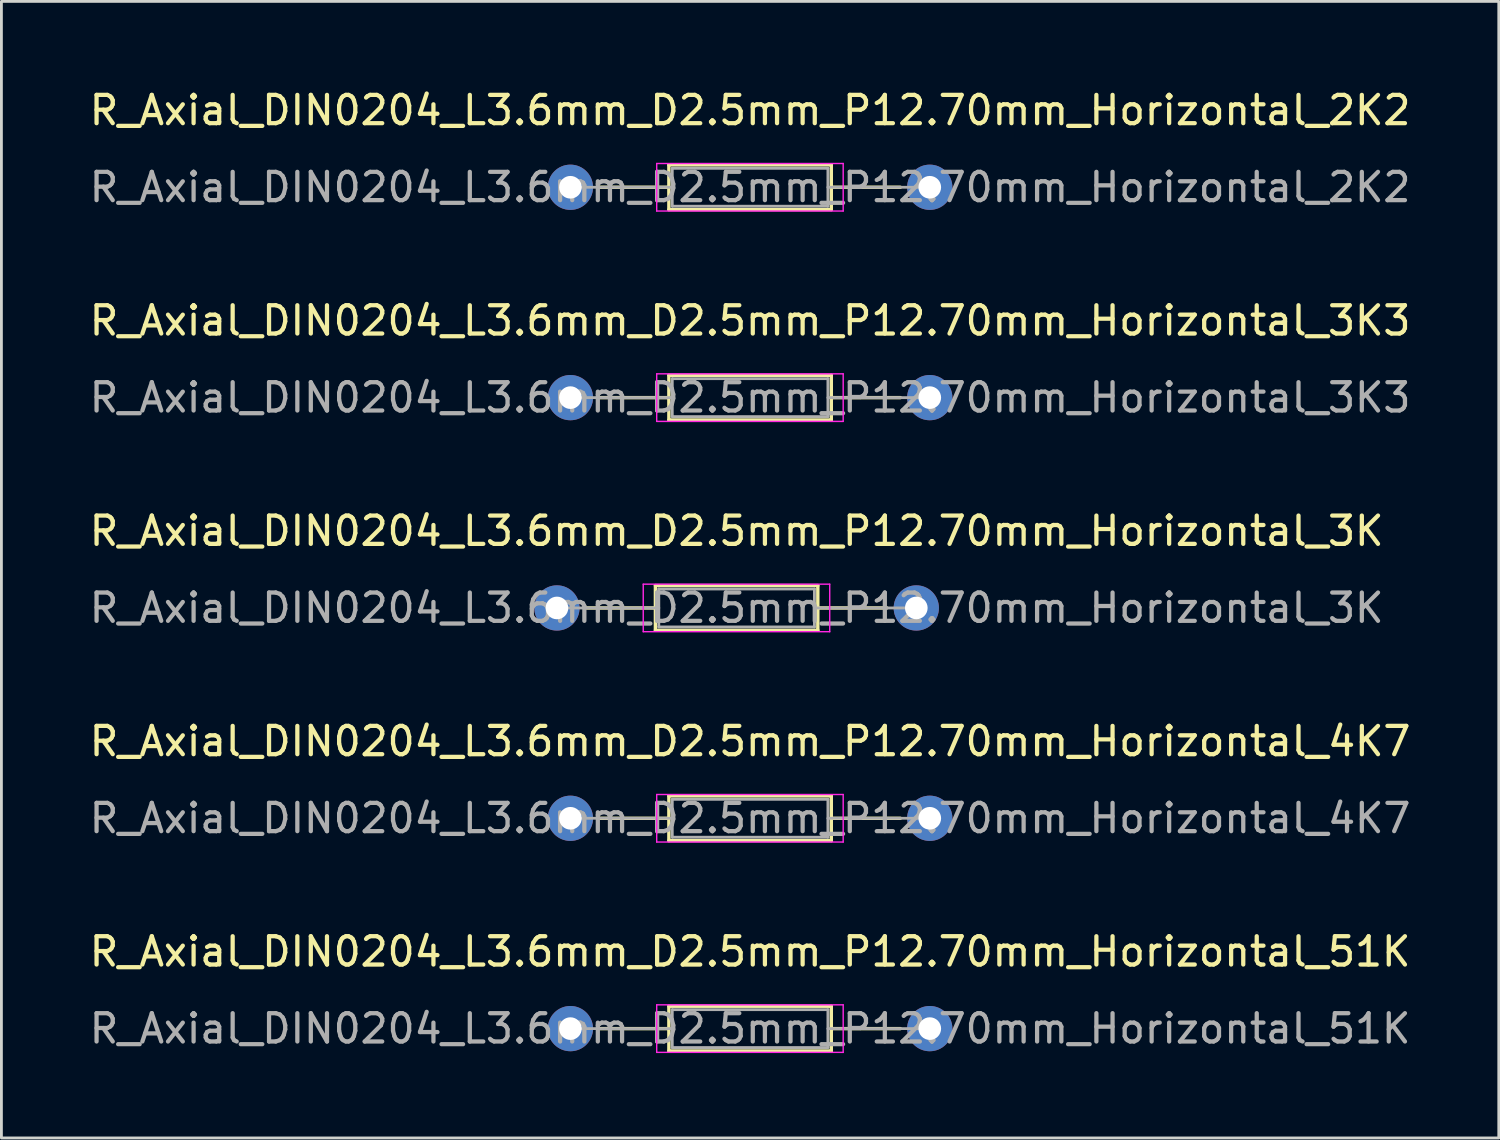
<source format=kicad_pcb>
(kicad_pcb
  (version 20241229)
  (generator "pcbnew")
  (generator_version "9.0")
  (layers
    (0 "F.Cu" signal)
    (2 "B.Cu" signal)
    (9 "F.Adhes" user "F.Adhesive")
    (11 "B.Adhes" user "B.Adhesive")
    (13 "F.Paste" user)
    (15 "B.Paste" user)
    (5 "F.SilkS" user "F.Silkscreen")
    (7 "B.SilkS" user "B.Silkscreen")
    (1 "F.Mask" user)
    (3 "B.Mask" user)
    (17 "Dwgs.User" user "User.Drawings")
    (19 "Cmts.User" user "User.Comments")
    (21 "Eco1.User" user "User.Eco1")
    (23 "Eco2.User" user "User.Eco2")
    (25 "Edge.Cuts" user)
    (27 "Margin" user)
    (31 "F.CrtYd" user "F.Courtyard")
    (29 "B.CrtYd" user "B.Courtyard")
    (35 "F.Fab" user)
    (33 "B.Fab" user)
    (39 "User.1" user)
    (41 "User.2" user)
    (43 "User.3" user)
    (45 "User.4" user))
  (footprint "R_Axial_DIN0204_L3.6mm_D2.5mm_P12.70mm_Horizontal_51K"
    (layer "F.Cu")
    (at 17.108 33.301)
    (property "Reference" "R_Axial_DIN0204_L3.6mm_D2.5mm_P12.70mm_Horizontal_51K" (at 6.35 -2.72 0) (layer "F.SilkS") (effects (font (size 1 1) (thickness 0.15))))
    (attr through_hole)
    (fp_line (start 1.04 0) (end 3.48 0) (stroke (width 0.12) (type solid)) (layer "F.SilkS"))
    (fp_line (start 3.48 -0.79) (end 3.48 0.79) (stroke (width 0.12) (type solid)) (layer "F.SilkS"))
    (fp_line (start 3.48 0.79) (end 9.22 0.79) (stroke (width 0.12) (type solid)) (layer "F.SilkS"))
    (fp_line (start 9.22 -0.79) (end 3.48 -0.79) (stroke (width 0.12) (type solid)) (layer "F.SilkS"))
    (fp_line (start 9.22 0.79) (end 9.22 -0.79) (stroke (width 0.12) (type solid)) (layer "F.SilkS"))
    (fp_line (start 11.66 0) (end 9.22 0) (stroke (width 0.12) (type solid)) (layer "F.SilkS"))
    (fp_line (start 3.05 -0.84) (end 3.05 0.84) (stroke (width 0.05) (type solid)) (layer "F.CrtYd"))
    (fp_line (start 3.05 0.84) (end 9.64 0.84) (stroke (width 0.05) (type solid)) (layer "F.CrtYd"))
    (fp_line (start 9.64 -0.84) (end 3.05 -0.84) (stroke (width 0.05) (type solid)) (layer "F.CrtYd"))
    (fp_line (start 9.64 0.84) (end 9.64 -0.84) (stroke (width 0.05) (type solid)) (layer "F.CrtYd"))
    (fp_line (start 0 0) (end 3.6 0) (stroke (width 0.1) (type solid)) (layer "F.Fab"))
    (fp_line (start 3.6 -0.67) (end 3.6 0.67) (stroke (width 0.1) (type solid)) (layer "F.Fab"))
    (fp_line (start 3.6 0.67) (end 9.1 0.67) (stroke (width 0.1) (type solid)) (layer "F.Fab"))
    (fp_line (start 9.1 -0.67) (end 3.6 -0.67) (stroke (width 0.1) (type solid)) (layer "F.Fab"))
    (fp_line (start 9.1 0.67) (end 9.1 -0.67) (stroke (width 0.1) (type solid)) (layer "F.Fab"))
    (fp_line (start 12.7 0) (end 9.1 0) (stroke (width 0.1) (type solid)) (layer "F.Fab"))
    (fp_text user "${REFERENCE}" (at 6.35 0 0) (layer "F.Fab") (effects (font (size 1 1) (thickness 0.15))))
    (pad "1" thru_hole oval (at 0 0) (size 1.6 1.6) (drill 0.8) (layers "*.Cu" "*.Mask"))
    (pad "2" thru_hole oval (at 12.7 0) (size 1.6 1.6) (drill 0.8) (layers "*.Cu" "*.Mask")))
  (footprint "R_Axial_DIN0204_L3.6mm_D2.5mm_P12.70mm_Horizontal_3K3"
    (layer "F.Cu")
    (at 17.108 11.002)
    (property "Reference" "R_Axial_DIN0204_L3.6mm_D2.5mm_P12.70mm_Horizontal_3K3" (at 6.35 -2.72 0) (layer "F.SilkS") (effects (font (size 1 1) (thickness 0.15))))
    (attr through_hole)
    (fp_line (start 1.04 0) (end 3.48 0) (stroke (width 0.12) (type solid)) (layer "F.SilkS"))
    (fp_line (start 3.48 -0.79) (end 3.48 0.79) (stroke (width 0.12) (type solid)) (layer "F.SilkS"))
    (fp_line (start 3.48 0.79) (end 9.22 0.79) (stroke (width 0.12) (type solid)) (layer "F.SilkS"))
    (fp_line (start 9.22 -0.79) (end 3.48 -0.79) (stroke (width 0.12) (type solid)) (layer "F.SilkS"))
    (fp_line (start 9.22 0.79) (end 9.22 -0.79) (stroke (width 0.12) (type solid)) (layer "F.SilkS"))
    (fp_line (start 11.66 0) (end 9.22 0) (stroke (width 0.12) (type solid)) (layer "F.SilkS"))
    (fp_line (start 3.05 -0.84) (end 3.05 0.84) (stroke (width 0.05) (type solid)) (layer "F.CrtYd"))
    (fp_line (start 3.05 0.84) (end 9.64 0.84) (stroke (width 0.05) (type solid)) (layer "F.CrtYd"))
    (fp_line (start 9.64 -0.84) (end 3.05 -0.84) (stroke (width 0.05) (type solid)) (layer "F.CrtYd"))
    (fp_line (start 9.64 0.84) (end 9.64 -0.84) (stroke (width 0.05) (type solid)) (layer "F.CrtYd"))
    (fp_line (start 0 0) (end 3.6 0) (stroke (width 0.1) (type solid)) (layer "F.Fab"))
    (fp_line (start 3.6 -0.67) (end 3.6 0.67) (stroke (width 0.1) (type solid)) (layer "F.Fab"))
    (fp_line (start 3.6 0.67) (end 9.1 0.67) (stroke (width 0.1) (type solid)) (layer "F.Fab"))
    (fp_line (start 9.1 -0.67) (end 3.6 -0.67) (stroke (width 0.1) (type solid)) (layer "F.Fab"))
    (fp_line (start 9.1 0.67) (end 9.1 -0.67) (stroke (width 0.1) (type solid)) (layer "F.Fab"))
    (fp_line (start 12.7 0) (end 9.1 0) (stroke (width 0.1) (type solid)) (layer "F.Fab"))
    (fp_text user "${REFERENCE}" (at 6.35 0 0) (layer "F.Fab") (effects (font (size 1 1) (thickness 0.15))))
    (pad "1" thru_hole oval (at 0 0) (size 1.6 1.6) (drill 0.8) (layers "*.Cu" "*.Mask"))
    (pad "2" thru_hole oval (at 12.7 0) (size 1.6 1.6) (drill 0.8) (layers "*.Cu" "*.Mask")))
  (footprint "R_Axial_DIN0204_L3.6mm_D2.5mm_P12.70mm_Horizontal_4K7"
    (layer "F.Cu")
    (at 17.108 25.868)
    (property "Reference" "R_Axial_DIN0204_L3.6mm_D2.5mm_P12.70mm_Horizontal_4K7" (at 6.35 -2.72 0) (layer "F.SilkS") (effects (font (size 1 1) (thickness 0.15))))
    (attr through_hole)
    (fp_line (start 1.04 0) (end 3.48 0) (stroke (width 0.12) (type solid)) (layer "F.SilkS"))
    (fp_line (start 3.48 -0.79) (end 3.48 0.79) (stroke (width 0.12) (type solid)) (layer "F.SilkS"))
    (fp_line (start 3.48 0.79) (end 9.22 0.79) (stroke (width 0.12) (type solid)) (layer "F.SilkS"))
    (fp_line (start 9.22 -0.79) (end 3.48 -0.79) (stroke (width 0.12) (type solid)) (layer "F.SilkS"))
    (fp_line (start 9.22 0.79) (end 9.22 -0.79) (stroke (width 0.12) (type solid)) (layer "F.SilkS"))
    (fp_line (start 11.66 0) (end 9.22 0) (stroke (width 0.12) (type solid)) (layer "F.SilkS"))
    (fp_line (start 3.05 -0.84) (end 3.05 0.84) (stroke (width 0.05) (type solid)) (layer "F.CrtYd"))
    (fp_line (start 3.05 0.84) (end 9.64 0.84) (stroke (width 0.05) (type solid)) (layer "F.CrtYd"))
    (fp_line (start 9.64 -0.84) (end 3.05 -0.84) (stroke (width 0.05) (type solid)) (layer "F.CrtYd"))
    (fp_line (start 9.64 0.84) (end 9.64 -0.84) (stroke (width 0.05) (type solid)) (layer "F.CrtYd"))
    (fp_line (start 0 0) (end 3.6 0) (stroke (width 0.1) (type solid)) (layer "F.Fab"))
    (fp_line (start 3.6 -0.67) (end 3.6 0.67) (stroke (width 0.1) (type solid)) (layer "F.Fab"))
    (fp_line (start 3.6 0.67) (end 9.1 0.67) (stroke (width 0.1) (type solid)) (layer "F.Fab"))
    (fp_line (start 9.1 -0.67) (end 3.6 -0.67) (stroke (width 0.1) (type solid)) (layer "F.Fab"))
    (fp_line (start 9.1 0.67) (end 9.1 -0.67) (stroke (width 0.1) (type solid)) (layer "F.Fab"))
    (fp_line (start 12.7 0) (end 9.1 0) (stroke (width 0.1) (type solid)) (layer "F.Fab"))
    (fp_text user "${REFERENCE}" (at 6.35 0 0) (layer "F.Fab") (effects (font (size 1 1) (thickness 0.15))))
    (pad "1" thru_hole oval (at 0 0) (size 1.6 1.6) (drill 0.8) (layers "*.Cu" "*.Mask"))
    (pad "2" thru_hole oval (at 12.7 0) (size 1.6 1.6) (drill 0.8) (layers "*.Cu" "*.Mask")))
  (footprint "R_Axial_DIN0204_L3.6mm_D2.5mm_P12.70mm_Horizontal_2K2"
    (layer "F.Cu")
    (at 17.108 3.568)
    (property "Reference" "R_Axial_DIN0204_L3.6mm_D2.5mm_P12.70mm_Horizontal_2K2" (at 6.35 -2.72 0) (layer "F.SilkS") (effects (font (size 1 1) (thickness 0.15))))
    (attr through_hole)
    (fp_line (start 1.04 0) (end 3.48 0) (stroke (width 0.12) (type solid)) (layer "F.SilkS"))
    (fp_line (start 3.48 -0.79) (end 3.48 0.79) (stroke (width 0.12) (type solid)) (layer "F.SilkS"))
    (fp_line (start 3.48 0.79) (end 9.22 0.79) (stroke (width 0.12) (type solid)) (layer "F.SilkS"))
    (fp_line (start 9.22 -0.79) (end 3.48 -0.79) (stroke (width 0.12) (type solid)) (layer "F.SilkS"))
    (fp_line (start 9.22 0.79) (end 9.22 -0.79) (stroke (width 0.12) (type solid)) (layer "F.SilkS"))
    (fp_line (start 11.66 0) (end 9.22 0) (stroke (width 0.12) (type solid)) (layer "F.SilkS"))
    (fp_line (start 3.05 -0.84) (end 3.05 0.84) (stroke (width 0.05) (type solid)) (layer "F.CrtYd"))
    (fp_line (start 3.05 0.84) (end 9.64 0.84) (stroke (width 0.05) (type solid)) (layer "F.CrtYd"))
    (fp_line (start 9.64 -0.84) (end 3.05 -0.84) (stroke (width 0.05) (type solid)) (layer "F.CrtYd"))
    (fp_line (start 9.64 0.84) (end 9.64 -0.84) (stroke (width 0.05) (type solid)) (layer "F.CrtYd"))
    (fp_line (start 0 0) (end 3.6 0) (stroke (width 0.1) (type solid)) (layer "F.Fab"))
    (fp_line (start 3.6 -0.67) (end 3.6 0.67) (stroke (width 0.1) (type solid)) (layer "F.Fab"))
    (fp_line (start 3.6 0.67) (end 9.1 0.67) (stroke (width 0.1) (type solid)) (layer "F.Fab"))
    (fp_line (start 9.1 -0.67) (end 3.6 -0.67) (stroke (width 0.1) (type solid)) (layer "F.Fab"))
    (fp_line (start 9.1 0.67) (end 9.1 -0.67) (stroke (width 0.1) (type solid)) (layer "F.Fab"))
    (fp_line (start 12.7 0) (end 9.1 0) (stroke (width 0.1) (type solid)) (layer "F.Fab"))
    (fp_text user "${REFERENCE}" (at 6.35 0 0) (layer "F.Fab") (effects (font (size 1 1) (thickness 0.15))))
    (pad "1" thru_hole oval (at 0 0) (size 1.6 1.6) (drill 0.8) (layers "*.Cu" "*.Mask"))
    (pad "2" thru_hole oval (at 12.7 0) (size 1.6 1.6) (drill 0.8) (layers "*.Cu" "*.Mask")))
  (footprint "R_Axial_DIN0204_L3.6mm_D2.5mm_P12.70mm_Horizontal_3K"
    (layer "F.Cu")
    (at 16.632 18.435)
    (property "Reference" "R_Axial_DIN0204_L3.6mm_D2.5mm_P12.70mm_Horizontal_3K" (at 6.35 -2.72 0) (layer "F.SilkS") (effects (font (size 1 1) (thickness 0.15))))
    (attr through_hole)
    (fp_line (start 1.04 0) (end 3.48 0) (stroke (width 0.12) (type solid)) (layer "F.SilkS"))
    (fp_line (start 3.48 -0.79) (end 3.48 0.79) (stroke (width 0.12) (type solid)) (layer "F.SilkS"))
    (fp_line (start 3.48 0.79) (end 9.22 0.79) (stroke (width 0.12) (type solid)) (layer "F.SilkS"))
    (fp_line (start 9.22 -0.79) (end 3.48 -0.79) (stroke (width 0.12) (type solid)) (layer "F.SilkS"))
    (fp_line (start 9.22 0.79) (end 9.22 -0.79) (stroke (width 0.12) (type solid)) (layer "F.SilkS"))
    (fp_line (start 11.66 0) (end 9.22 0) (stroke (width 0.12) (type solid)) (layer "F.SilkS"))
    (fp_line (start 3.05 -0.84) (end 3.05 0.84) (stroke (width 0.05) (type solid)) (layer "F.CrtYd"))
    (fp_line (start 3.05 0.84) (end 9.64 0.84) (stroke (width 0.05) (type solid)) (layer "F.CrtYd"))
    (fp_line (start 9.64 -0.84) (end 3.05 -0.84) (stroke (width 0.05) (type solid)) (layer "F.CrtYd"))
    (fp_line (start 9.64 0.84) (end 9.64 -0.84) (stroke (width 0.05) (type solid)) (layer "F.CrtYd"))
    (fp_line (start 0 0) (end 3.6 0) (stroke (width 0.1) (type solid)) (layer "F.Fab"))
    (fp_line (start 3.6 -0.67) (end 3.6 0.67) (stroke (width 0.1) (type solid)) (layer "F.Fab"))
    (fp_line (start 3.6 0.67) (end 9.1 0.67) (stroke (width 0.1) (type solid)) (layer "F.Fab"))
    (fp_line (start 9.1 -0.67) (end 3.6 -0.67) (stroke (width 0.1) (type solid)) (layer "F.Fab"))
    (fp_line (start 9.1 0.67) (end 9.1 -0.67) (stroke (width 0.1) (type solid)) (layer "F.Fab"))
    (fp_line (start 12.7 0) (end 9.1 0) (stroke (width 0.1) (type solid)) (layer "F.Fab"))
    (fp_text user "${REFERENCE}" (at 6.35 0 0) (layer "F.Fab") (effects (font (size 1 1) (thickness 0.15))))
    (pad "1" thru_hole oval (at 0 0) (size 1.6 1.6) (drill 0.8) (layers "*.Cu" "*.Mask"))
    (pad "2" thru_hole oval (at 12.7 0) (size 1.6 1.6) (drill 0.8) (layers "*.Cu" "*.Mask")))
  (gr_rect
    (start -3 -3)
    (end 49.917 37.166)
    (stroke (width 0.1) (type default))
    (fill no)
    (layer "Edge.Cuts")))
</source>
